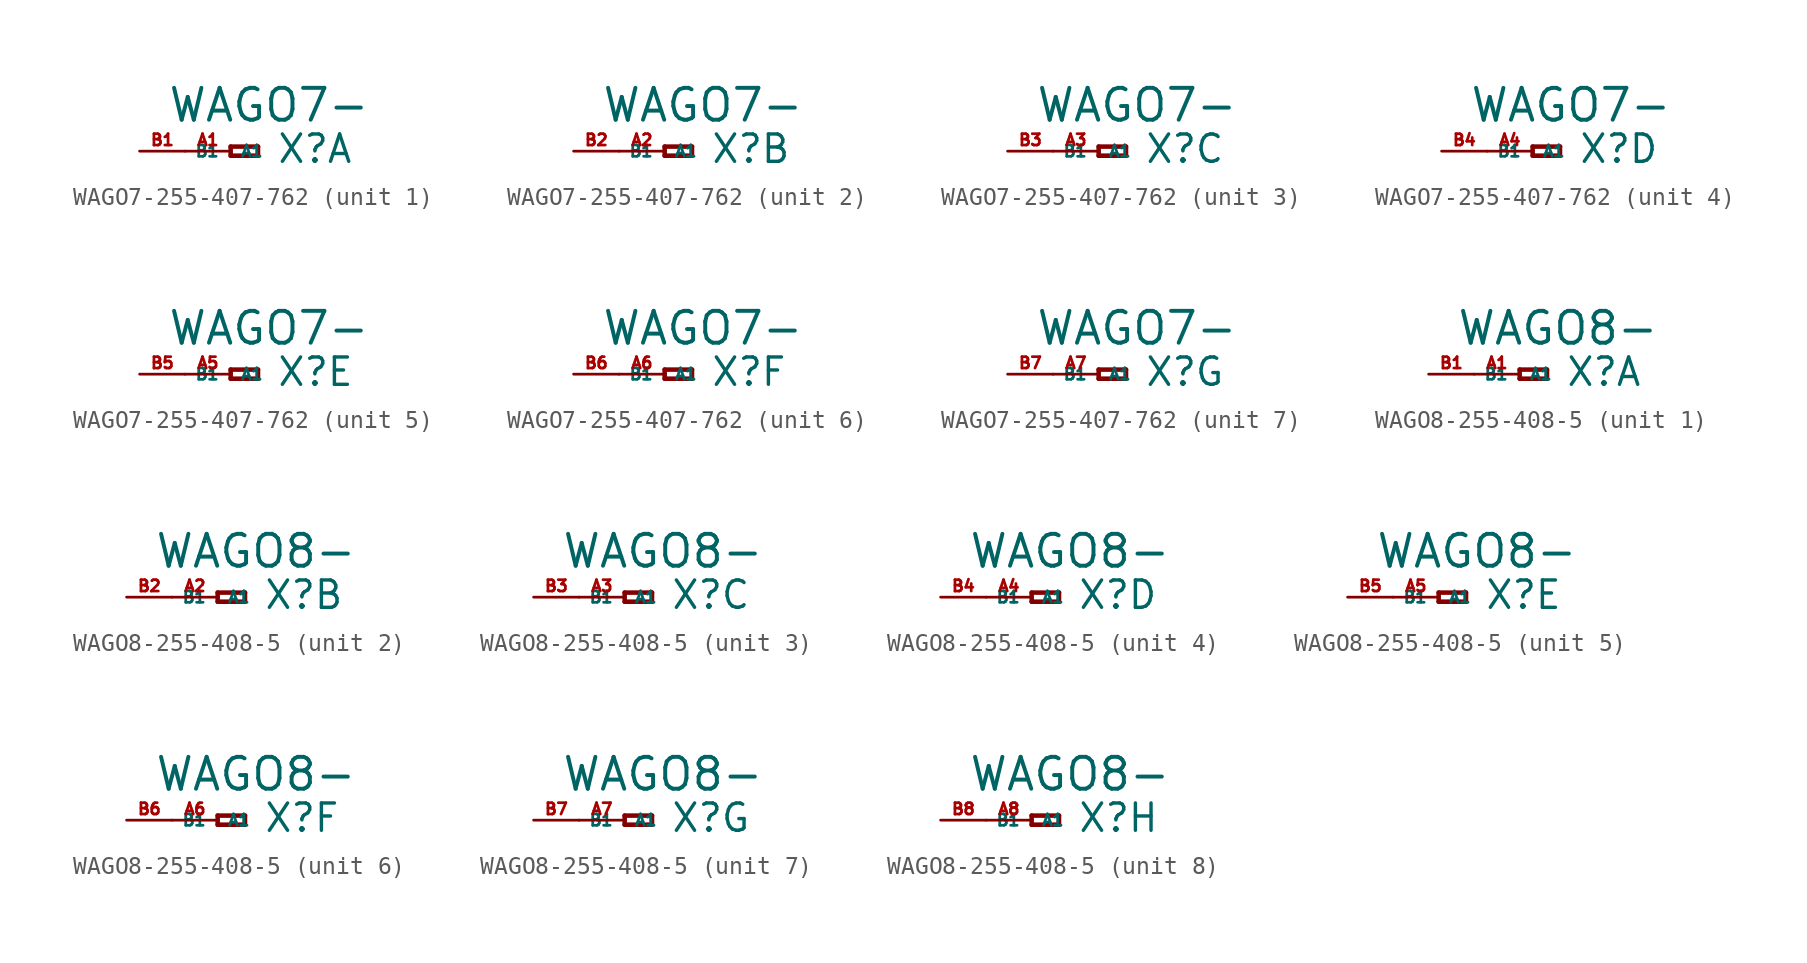
<source format=kicad_sym>
(kicad_symbol_lib
  (version 20220914)
  (generator Eagle2Kicad)
  (symbol "WAGO7-255-407-762"
    (property "Reference" "X"
      (at 2.54 -0.762 0)
      (effects (font (size 1.524 1.524) (thickness 0.19)) (justify left bottom)))
    (property "Value" "WAGO7-"
      (at -3.556 1.524 0)
      (effects (font (size 1.778 1.778) (thickness 0.22)) (justify left bottom)))
    (symbol "WAGO7-255-407-762_1_0"
      (polyline (pts (xy 0 0.254) (xy 0 -0.254)) (stroke (width 0.254) (type default)) (fill (type none)))
      (polyline (pts (xy 0 -0.254) (xy 1.524 -0.254)) (stroke (width 0.254) (type default)) (fill (type none)))
      (polyline (pts (xy 1.524 -0.254) (xy 1.524 0.254)) (stroke (width 0.254) (type default)) (fill (type none)))
      (polyline (pts (xy 1.524 0.254) (xy 0 0.254)) (stroke (width 0.254) (type default)) (fill (type none)))
      (pin passive line (at -2.54 0 0) (length 2.54) (name "A1" (effects (font (size 0.635 0.635) (thickness 0.08)) (justify left bottom))) (number "A1" (effects (font (size 0.635 0.635) (thickness 0.08)) (justify left bottom))))
      (pin passive line (at -5.08 0 0) (length 2.54) (name "B1" (effects (font (size 0.635 0.635) (thickness 0.08)) (justify left bottom))) (number "B1" (effects (font (size 0.635 0.635) (thickness 0.08)) (justify left bottom)))))
    (symbol "WAGO7-255-407-762_2_0"
      (polyline (pts (xy 0 0.254) (xy 0 -0.254)) (stroke (width 0.254) (type default)) (fill (type none)))
      (polyline (pts (xy 0 -0.254) (xy 1.524 -0.254)) (stroke (width 0.254) (type default)) (fill (type none)))
      (polyline (pts (xy 1.524 -0.254) (xy 1.524 0.254)) (stroke (width 0.254) (type default)) (fill (type none)))
      (polyline (pts (xy 1.524 0.254) (xy 0 0.254)) (stroke (width 0.254) (type default)) (fill (type none)))
      (pin passive line (at -2.54 0 0) (length 2.54) (name "A1" (effects (font (size 0.635 0.635) (thickness 0.08)) (justify left bottom))) (number "A2" (effects (font (size 0.635 0.635) (thickness 0.08)) (justify left bottom))))
      (pin passive line (at -5.08 0 0) (length 2.54) (name "B1" (effects (font (size 0.635 0.635) (thickness 0.08)) (justify left bottom))) (number "B2" (effects (font (size 0.635 0.635) (thickness 0.08)) (justify left bottom)))))
    (symbol "WAGO7-255-407-762_3_0"
      (polyline (pts (xy 0 0.254) (xy 0 -0.254)) (stroke (width 0.254) (type default)) (fill (type none)))
      (polyline (pts (xy 0 -0.254) (xy 1.524 -0.254)) (stroke (width 0.254) (type default)) (fill (type none)))
      (polyline (pts (xy 1.524 -0.254) (xy 1.524 0.254)) (stroke (width 0.254) (type default)) (fill (type none)))
      (polyline (pts (xy 1.524 0.254) (xy 0 0.254)) (stroke (width 0.254) (type default)) (fill (type none)))
      (pin passive line (at -2.54 0 0) (length 2.54) (name "A1" (effects (font (size 0.635 0.635) (thickness 0.08)) (justify left bottom))) (number "A3" (effects (font (size 0.635 0.635) (thickness 0.08)) (justify left bottom))))
      (pin passive line (at -5.08 0 0) (length 2.54) (name "B1" (effects (font (size 0.635 0.635) (thickness 0.08)) (justify left bottom))) (number "B3" (effects (font (size 0.635 0.635) (thickness 0.08)) (justify left bottom)))))
    (symbol "WAGO7-255-407-762_4_0"
      (polyline (pts (xy 0 0.254) (xy 0 -0.254)) (stroke (width 0.254) (type default)) (fill (type none)))
      (polyline (pts (xy 0 -0.254) (xy 1.524 -0.254)) (stroke (width 0.254) (type default)) (fill (type none)))
      (polyline (pts (xy 1.524 -0.254) (xy 1.524 0.254)) (stroke (width 0.254) (type default)) (fill (type none)))
      (polyline (pts (xy 1.524 0.254) (xy 0 0.254)) (stroke (width 0.254) (type default)) (fill (type none)))
      (pin passive line (at -2.54 0 0) (length 2.54) (name "A1" (effects (font (size 0.635 0.635) (thickness 0.08)) (justify left bottom))) (number "A4" (effects (font (size 0.635 0.635) (thickness 0.08)) (justify left bottom))))
      (pin passive line (at -5.08 0 0) (length 2.54) (name "B1" (effects (font (size 0.635 0.635) (thickness 0.08)) (justify left bottom))) (number "B4" (effects (font (size 0.635 0.635) (thickness 0.08)) (justify left bottom)))))
    (symbol "WAGO7-255-407-762_5_0"
      (polyline (pts (xy 0 0.254) (xy 0 -0.254)) (stroke (width 0.254) (type default)) (fill (type none)))
      (polyline (pts (xy 0 -0.254) (xy 1.524 -0.254)) (stroke (width 0.254) (type default)) (fill (type none)))
      (polyline (pts (xy 1.524 -0.254) (xy 1.524 0.254)) (stroke (width 0.254) (type default)) (fill (type none)))
      (polyline (pts (xy 1.524 0.254) (xy 0 0.254)) (stroke (width 0.254) (type default)) (fill (type none)))
      (pin passive line (at -2.54 0 0) (length 2.54) (name "A1" (effects (font (size 0.635 0.635) (thickness 0.08)) (justify left bottom))) (number "A5" (effects (font (size 0.635 0.635) (thickness 0.08)) (justify left bottom))))
      (pin passive line (at -5.08 0 0) (length 2.54) (name "B1" (effects (font (size 0.635 0.635) (thickness 0.08)) (justify left bottom))) (number "B5" (effects (font (size 0.635 0.635) (thickness 0.08)) (justify left bottom)))))
    (symbol "WAGO7-255-407-762_6_0"
      (polyline (pts (xy 0 0.254) (xy 0 -0.254)) (stroke (width 0.254) (type default)) (fill (type none)))
      (polyline (pts (xy 0 -0.254) (xy 1.524 -0.254)) (stroke (width 0.254) (type default)) (fill (type none)))
      (polyline (pts (xy 1.524 -0.254) (xy 1.524 0.254)) (stroke (width 0.254) (type default)) (fill (type none)))
      (polyline (pts (xy 1.524 0.254) (xy 0 0.254)) (stroke (width 0.254) (type default)) (fill (type none)))
      (pin passive line (at -2.54 0 0) (length 2.54) (name "A1" (effects (font (size 0.635 0.635) (thickness 0.08)) (justify left bottom))) (number "A6" (effects (font (size 0.635 0.635) (thickness 0.08)) (justify left bottom))))
      (pin passive line (at -5.08 0 0) (length 2.54) (name "B1" (effects (font (size 0.635 0.635) (thickness 0.08)) (justify left bottom))) (number "B6" (effects (font (size 0.635 0.635) (thickness 0.08)) (justify left bottom)))))
    (symbol "WAGO7-255-407-762_7_0"
      (polyline (pts (xy 0 0.254) (xy 0 -0.254)) (stroke (width 0.254) (type default)) (fill (type none)))
      (polyline (pts (xy 0 -0.254) (xy 1.524 -0.254)) (stroke (width 0.254) (type default)) (fill (type none)))
      (polyline (pts (xy 1.524 -0.254) (xy 1.524 0.254)) (stroke (width 0.254) (type default)) (fill (type none)))
      (polyline (pts (xy 1.524 0.254) (xy 0 0.254)) (stroke (width 0.254) (type default)) (fill (type none)))
      (pin passive line (at -2.54 0 0) (length 2.54) (name "A1" (effects (font (size 0.635 0.635) (thickness 0.08)) (justify left bottom))) (number "A7" (effects (font (size 0.635 0.635) (thickness 0.08)) (justify left bottom))))
      (pin passive line (at -5.08 0 0) (length 2.54) (name "B1" (effects (font (size 0.635 0.635) (thickness 0.08)) (justify left bottom))) (number "B7" (effects (font (size 0.635 0.635) (thickness 0.08)) (justify left bottom))))))
  (symbol "WAGO8-255-408-5"
    (property "Reference" "X"
      (at 2.54 -0.762 0)
      (effects (font (size 1.524 1.524) (thickness 0.19)) (justify left bottom)))
    (property "Value" "WAGO8-"
      (at -3.556 1.524 0)
      (effects (font (size 1.778 1.778) (thickness 0.22)) (justify left bottom)))
    (symbol "WAGO8-255-408-5_1_0"
      (polyline (pts (xy 0 0.254) (xy 0 -0.254)) (stroke (width 0.254) (type default)) (fill (type none)))
      (polyline (pts (xy 0 -0.254) (xy 1.524 -0.254)) (stroke (width 0.254) (type default)) (fill (type none)))
      (polyline (pts (xy 1.524 -0.254) (xy 1.524 0.254)) (stroke (width 0.254) (type default)) (fill (type none)))
      (polyline (pts (xy 1.524 0.254) (xy 0 0.254)) (stroke (width 0.254) (type default)) (fill (type none)))
      (pin passive line (at -2.54 0 0) (length 2.54) (name "A1" (effects (font (size 0.635 0.635) (thickness 0.08)) (justify left bottom))) (number "A1" (effects (font (size 0.635 0.635) (thickness 0.08)) (justify left bottom))))
      (pin passive line (at -5.08 0 0) (length 2.54) (name "B1" (effects (font (size 0.635 0.635) (thickness 0.08)) (justify left bottom))) (number "B1" (effects (font (size 0.635 0.635) (thickness 0.08)) (justify left bottom)))))
    (symbol "WAGO8-255-408-5_2_0"
      (polyline (pts (xy 0 0.254) (xy 0 -0.254)) (stroke (width 0.254) (type default)) (fill (type none)))
      (polyline (pts (xy 0 -0.254) (xy 1.524 -0.254)) (stroke (width 0.254) (type default)) (fill (type none)))
      (polyline (pts (xy 1.524 -0.254) (xy 1.524 0.254)) (stroke (width 0.254) (type default)) (fill (type none)))
      (polyline (pts (xy 1.524 0.254) (xy 0 0.254)) (stroke (width 0.254) (type default)) (fill (type none)))
      (pin passive line (at -2.54 0 0) (length 2.54) (name "A1" (effects (font (size 0.635 0.635) (thickness 0.08)) (justify left bottom))) (number "A2" (effects (font (size 0.635 0.635) (thickness 0.08)) (justify left bottom))))
      (pin passive line (at -5.08 0 0) (length 2.54) (name "B1" (effects (font (size 0.635 0.635) (thickness 0.08)) (justify left bottom))) (number "B2" (effects (font (size 0.635 0.635) (thickness 0.08)) (justify left bottom)))))
    (symbol "WAGO8-255-408-5_3_0"
      (polyline (pts (xy 0 0.254) (xy 0 -0.254)) (stroke (width 0.254) (type default)) (fill (type none)))
      (polyline (pts (xy 0 -0.254) (xy 1.524 -0.254)) (stroke (width 0.254) (type default)) (fill (type none)))
      (polyline (pts (xy 1.524 -0.254) (xy 1.524 0.254)) (stroke (width 0.254) (type default)) (fill (type none)))
      (polyline (pts (xy 1.524 0.254) (xy 0 0.254)) (stroke (width 0.254) (type default)) (fill (type none)))
      (pin passive line (at -2.54 0 0) (length 2.54) (name "A1" (effects (font (size 0.635 0.635) (thickness 0.08)) (justify left bottom))) (number "A3" (effects (font (size 0.635 0.635) (thickness 0.08)) (justify left bottom))))
      (pin passive line (at -5.08 0 0) (length 2.54) (name "B1" (effects (font (size 0.635 0.635) (thickness 0.08)) (justify left bottom))) (number "B3" (effects (font (size 0.635 0.635) (thickness 0.08)) (justify left bottom)))))
    (symbol "WAGO8-255-408-5_4_0"
      (polyline (pts (xy 0 0.254) (xy 0 -0.254)) (stroke (width 0.254) (type default)) (fill (type none)))
      (polyline (pts (xy 0 -0.254) (xy 1.524 -0.254)) (stroke (width 0.254) (type default)) (fill (type none)))
      (polyline (pts (xy 1.524 -0.254) (xy 1.524 0.254)) (stroke (width 0.254) (type default)) (fill (type none)))
      (polyline (pts (xy 1.524 0.254) (xy 0 0.254)) (stroke (width 0.254) (type default)) (fill (type none)))
      (pin passive line (at -2.54 0 0) (length 2.54) (name "A1" (effects (font (size 0.635 0.635) (thickness 0.08)) (justify left bottom))) (number "A4" (effects (font (size 0.635 0.635) (thickness 0.08)) (justify left bottom))))
      (pin passive line (at -5.08 0 0) (length 2.54) (name "B1" (effects (font (size 0.635 0.635) (thickness 0.08)) (justify left bottom))) (number "B4" (effects (font (size 0.635 0.635) (thickness 0.08)) (justify left bottom)))))
    (symbol "WAGO8-255-408-5_5_0"
      (polyline (pts (xy 0 0.254) (xy 0 -0.254)) (stroke (width 0.254) (type default)) (fill (type none)))
      (polyline (pts (xy 0 -0.254) (xy 1.524 -0.254)) (stroke (width 0.254) (type default)) (fill (type none)))
      (polyline (pts (xy 1.524 -0.254) (xy 1.524 0.254)) (stroke (width 0.254) (type default)) (fill (type none)))
      (polyline (pts (xy 1.524 0.254) (xy 0 0.254)) (stroke (width 0.254) (type default)) (fill (type none)))
      (pin passive line (at -2.54 0 0) (length 2.54) (name "A1" (effects (font (size 0.635 0.635) (thickness 0.08)) (justify left bottom))) (number "A5" (effects (font (size 0.635 0.635) (thickness 0.08)) (justify left bottom))))
      (pin passive line (at -5.08 0 0) (length 2.54) (name "B1" (effects (font (size 0.635 0.635) (thickness 0.08)) (justify left bottom))) (number "B5" (effects (font (size 0.635 0.635) (thickness 0.08)) (justify left bottom)))))
    (symbol "WAGO8-255-408-5_6_0"
      (polyline (pts (xy 0 0.254) (xy 0 -0.254)) (stroke (width 0.254) (type default)) (fill (type none)))
      (polyline (pts (xy 0 -0.254) (xy 1.524 -0.254)) (stroke (width 0.254) (type default)) (fill (type none)))
      (polyline (pts (xy 1.524 -0.254) (xy 1.524 0.254)) (stroke (width 0.254) (type default)) (fill (type none)))
      (polyline (pts (xy 1.524 0.254) (xy 0 0.254)) (stroke (width 0.254) (type default)) (fill (type none)))
      (pin passive line (at -2.54 0 0) (length 2.54) (name "A1" (effects (font (size 0.635 0.635) (thickness 0.08)) (justify left bottom))) (number "A6" (effects (font (size 0.635 0.635) (thickness 0.08)) (justify left bottom))))
      (pin passive line (at -5.08 0 0) (length 2.54) (name "B1" (effects (font (size 0.635 0.635) (thickness 0.08)) (justify left bottom))) (number "B6" (effects (font (size 0.635 0.635) (thickness 0.08)) (justify left bottom)))))
    (symbol "WAGO8-255-408-5_7_0"
      (polyline (pts (xy 0 0.254) (xy 0 -0.254)) (stroke (width 0.254) (type default)) (fill (type none)))
      (polyline (pts (xy 0 -0.254) (xy 1.524 -0.254)) (stroke (width 0.254) (type default)) (fill (type none)))
      (polyline (pts (xy 1.524 -0.254) (xy 1.524 0.254)) (stroke (width 0.254) (type default)) (fill (type none)))
      (polyline (pts (xy 1.524 0.254) (xy 0 0.254)) (stroke (width 0.254) (type default)) (fill (type none)))
      (pin passive line (at -2.54 0 0) (length 2.54) (name "A1" (effects (font (size 0.635 0.635) (thickness 0.08)) (justify left bottom))) (number "A7" (effects (font (size 0.635 0.635) (thickness 0.08)) (justify left bottom))))
      (pin passive line (at -5.08 0 0) (length 2.54) (name "B1" (effects (font (size 0.635 0.635) (thickness 0.08)) (justify left bottom))) (number "B7" (effects (font (size 0.635 0.635) (thickness 0.08)) (justify left bottom)))))
    (symbol "WAGO8-255-408-5_8_0"
      (polyline (pts (xy 0 0.254) (xy 0 -0.254)) (stroke (width 0.254) (type default)) (fill (type none)))
      (polyline (pts (xy 0 -0.254) (xy 1.524 -0.254)) (stroke (width 0.254) (type default)) (fill (type none)))
      (polyline (pts (xy 1.524 -0.254) (xy 1.524 0.254)) (stroke (width 0.254) (type default)) (fill (type none)))
      (polyline (pts (xy 1.524 0.254) (xy 0 0.254)) (stroke (width 0.254) (type default)) (fill (type none)))
      (pin passive line (at -2.54 0 0) (length 2.54) (name "A1" (effects (font (size 0.635 0.635) (thickness 0.08)) (justify left bottom))) (number "A8" (effects (font (size 0.635 0.635) (thickness 0.08)) (justify left bottom))))
      (pin passive line (at -5.08 0 0) (length 2.54) (name "B1" (effects (font (size 0.635 0.635) (thickness 0.08)) (justify left bottom))) (number "B8" (effects (font (size 0.635 0.635) (thickness 0.08)) (justify left bottom)))))))
</source>
